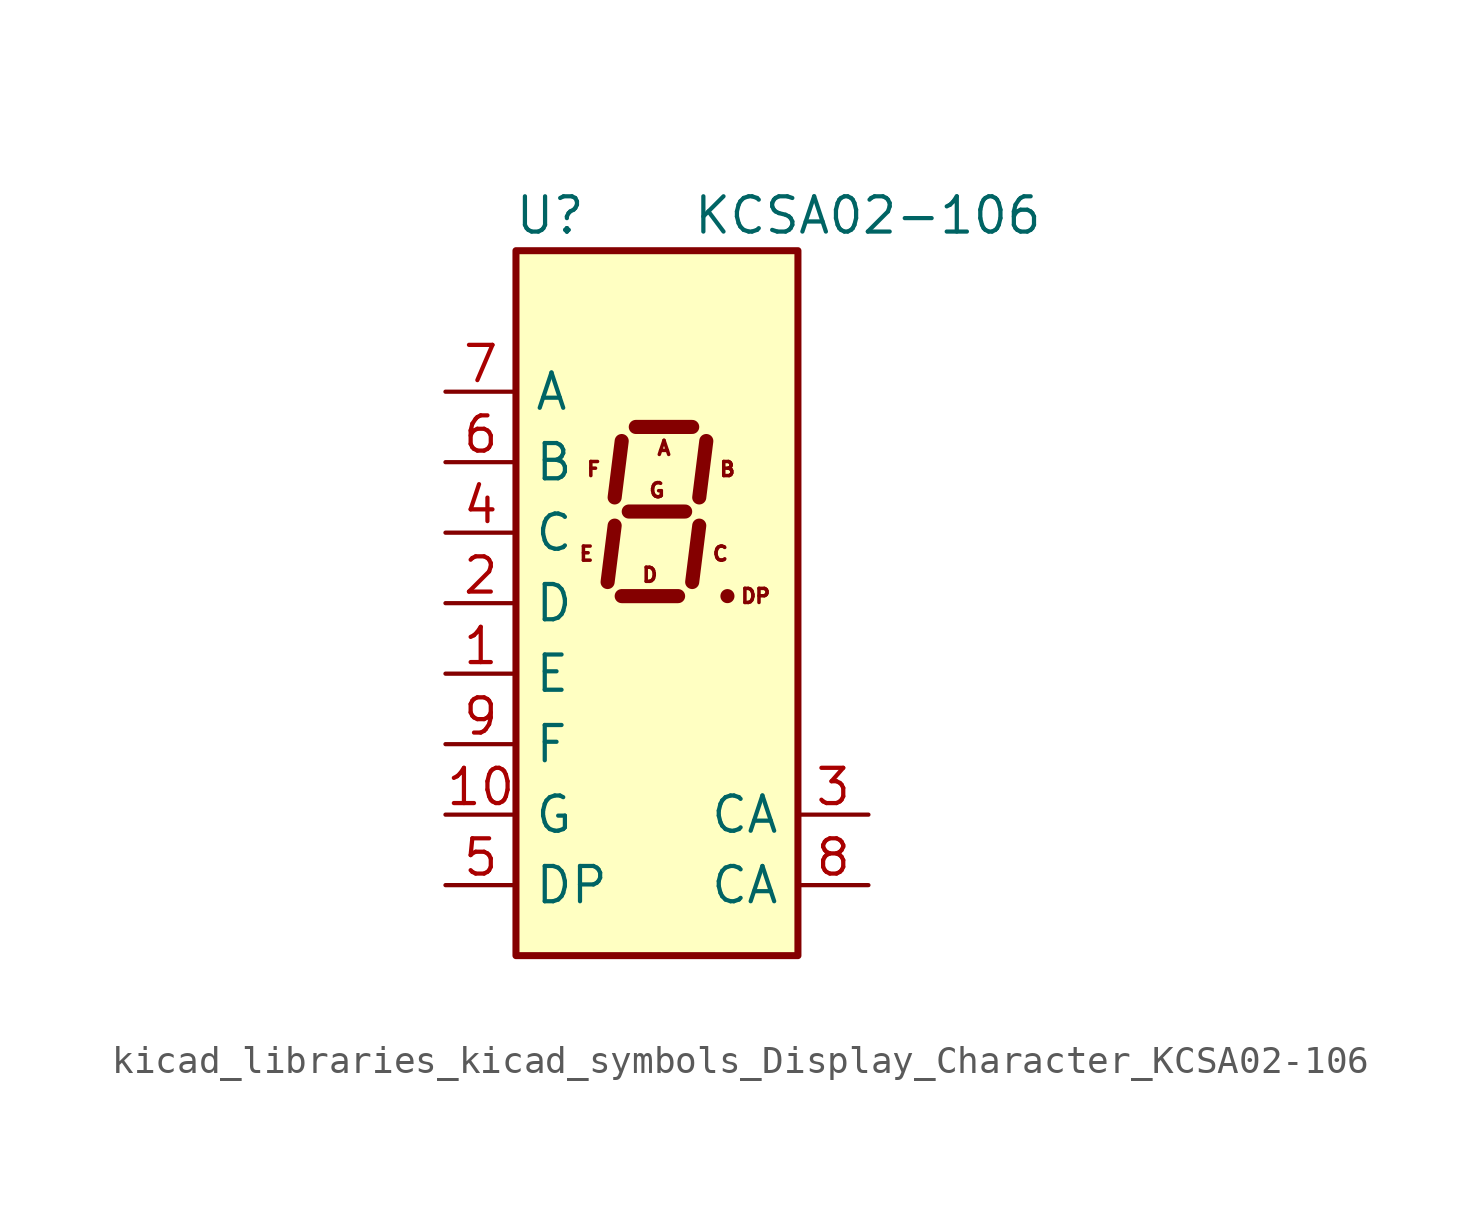
<source format=kicad_sym>
(kicad_symbol_lib
  (version 20220914)
  (generator kicad_symbol_editor)
  (symbol "kicad_libraries_kicad_symbols_Display_Character_KCSA02-106"
    (pin_names
      (offset 0.635))
    (property "Reference" "U"
      (at -2.54 13.97 0)
      (effects (font (size 1.27 1.27)) (justify right)))
    (property "Value" "KCSA02-106"
      (at 1.27 13.97 0)
      (effects (font (size 1.27 1.27)) (justify left)))
    (symbol "kicad_libraries_kicad_symbols_Display_Character_KCSA02-106_0_0"
      (text "A" (at 0.254 5.588 0) (effects (font (size 0.508 0.508))))
      (text "B" (at 2.54 4.826 0) (effects (font (size 0.508 0.508))))
      (text "C" (at 2.286 1.778 0) (effects (font (size 0.508 0.508))))
      (text "D" (at -0.254 1.016 0) (effects (font (size 0.508 0.508))))
      (text "DP" (at 3.556 0.254 0) (effects (font (size 0.508 0.508))))
      (text "E" (at -2.54 1.778 0) (effects (font (size 0.508 0.508))))
      (text "F" (at -2.286 4.826 0) (effects (font (size 0.508 0.508))))
      (text "G" (at 0 4.064 0) (effects (font (size 0.508 0.508)))))
    (symbol "kicad_libraries_kicad_symbols_Display_Character_KCSA02-106_0_1"
      (rectangle (start -5.08 12.7) (end 5.08 -12.7) (stroke (width 0.254) (type default)) (fill (type background)))
      (polyline (pts (xy -1.524 2.794) (xy -1.778 0.762)) (stroke (width 0.508) (type default)) (fill (type none)))
      (polyline (pts (xy -1.27 0.254) (xy 0.762 0.254)) (stroke (width 0.508) (type default)) (fill (type none)))
      (polyline (pts (xy -1.27 5.842) (xy -1.524 3.81)) (stroke (width 0.508) (type default)) (fill (type none)))
      (polyline (pts (xy -1.016 3.302) (xy 1.016 3.302)) (stroke (width 0.508) (type default)) (fill (type none)))
      (polyline (pts (xy -0.762 6.35) (xy 1.27 6.35)) (stroke (width 0.508) (type default)) (fill (type none)))
      (polyline (pts (xy 1.524 2.794) (xy 1.27 0.762)) (stroke (width 0.508) (type default)) (fill (type none)))
      (polyline (pts (xy 1.778 5.842) (xy 1.524 3.81)) (stroke (width 0.508) (type default)) (fill (type none)))
      (polyline (pts (xy 2.54 0.254) (xy 2.54 0.254)) (stroke (width 0.508) (type default)) (fill (type none))))
    (symbol "kicad_libraries_kicad_symbols_Display_Character_KCSA02-106_1_1"
      (pin input line (at -7.62 -2.54 0) (length 2.54) (name "E" (effects (font (size 1.27 1.27)))) (number "1" (effects (font (size 1.27 1.27)))))
      (pin input line (at -7.62 -7.62 0) (length 2.54) (name "G" (effects (font (size 1.27 1.27)))) (number "10" (effects (font (size 1.27 1.27)))))
      (pin input line (at -7.62 0 0) (length 2.54) (name "D" (effects (font (size 1.27 1.27)))) (number "2" (effects (font (size 1.27 1.27)))))
      (pin input line (at 7.62 -7.62 180) (length 2.54) (name "CA" (effects (font (size 1.27 1.27)))) (number "3" (effects (font (size 1.27 1.27)))))
      (pin input line (at -7.62 2.54 0) (length 2.54) (name "C" (effects (font (size 1.27 1.27)))) (number "4" (effects (font (size 1.27 1.27)))))
      (pin input line (at -7.62 -10.16 0) (length 2.54) (name "DP" (effects (font (size 1.27 1.27)))) (number "5" (effects (font (size 1.27 1.27)))))
      (pin input line (at -7.62 5.08 0) (length 2.54) (name "B" (effects (font (size 1.27 1.27)))) (number "6" (effects (font (size 1.27 1.27)))))
      (pin input line (at -7.62 7.62 0) (length 2.54) (name "A" (effects (font (size 1.27 1.27)))) (number "7" (effects (font (size 1.27 1.27)))))
      (pin input line (at 7.62 -10.16 180) (length 2.54) (name "CA" (effects (font (size 1.27 1.27)))) (number "8" (effects (font (size 1.27 1.27)))))
      (pin input line (at -7.62 -5.08 0) (length 2.54) (name "F" (effects (font (size 1.27 1.27)))) (number "9" (effects (font (size 1.27 1.27))))))))
</source>
